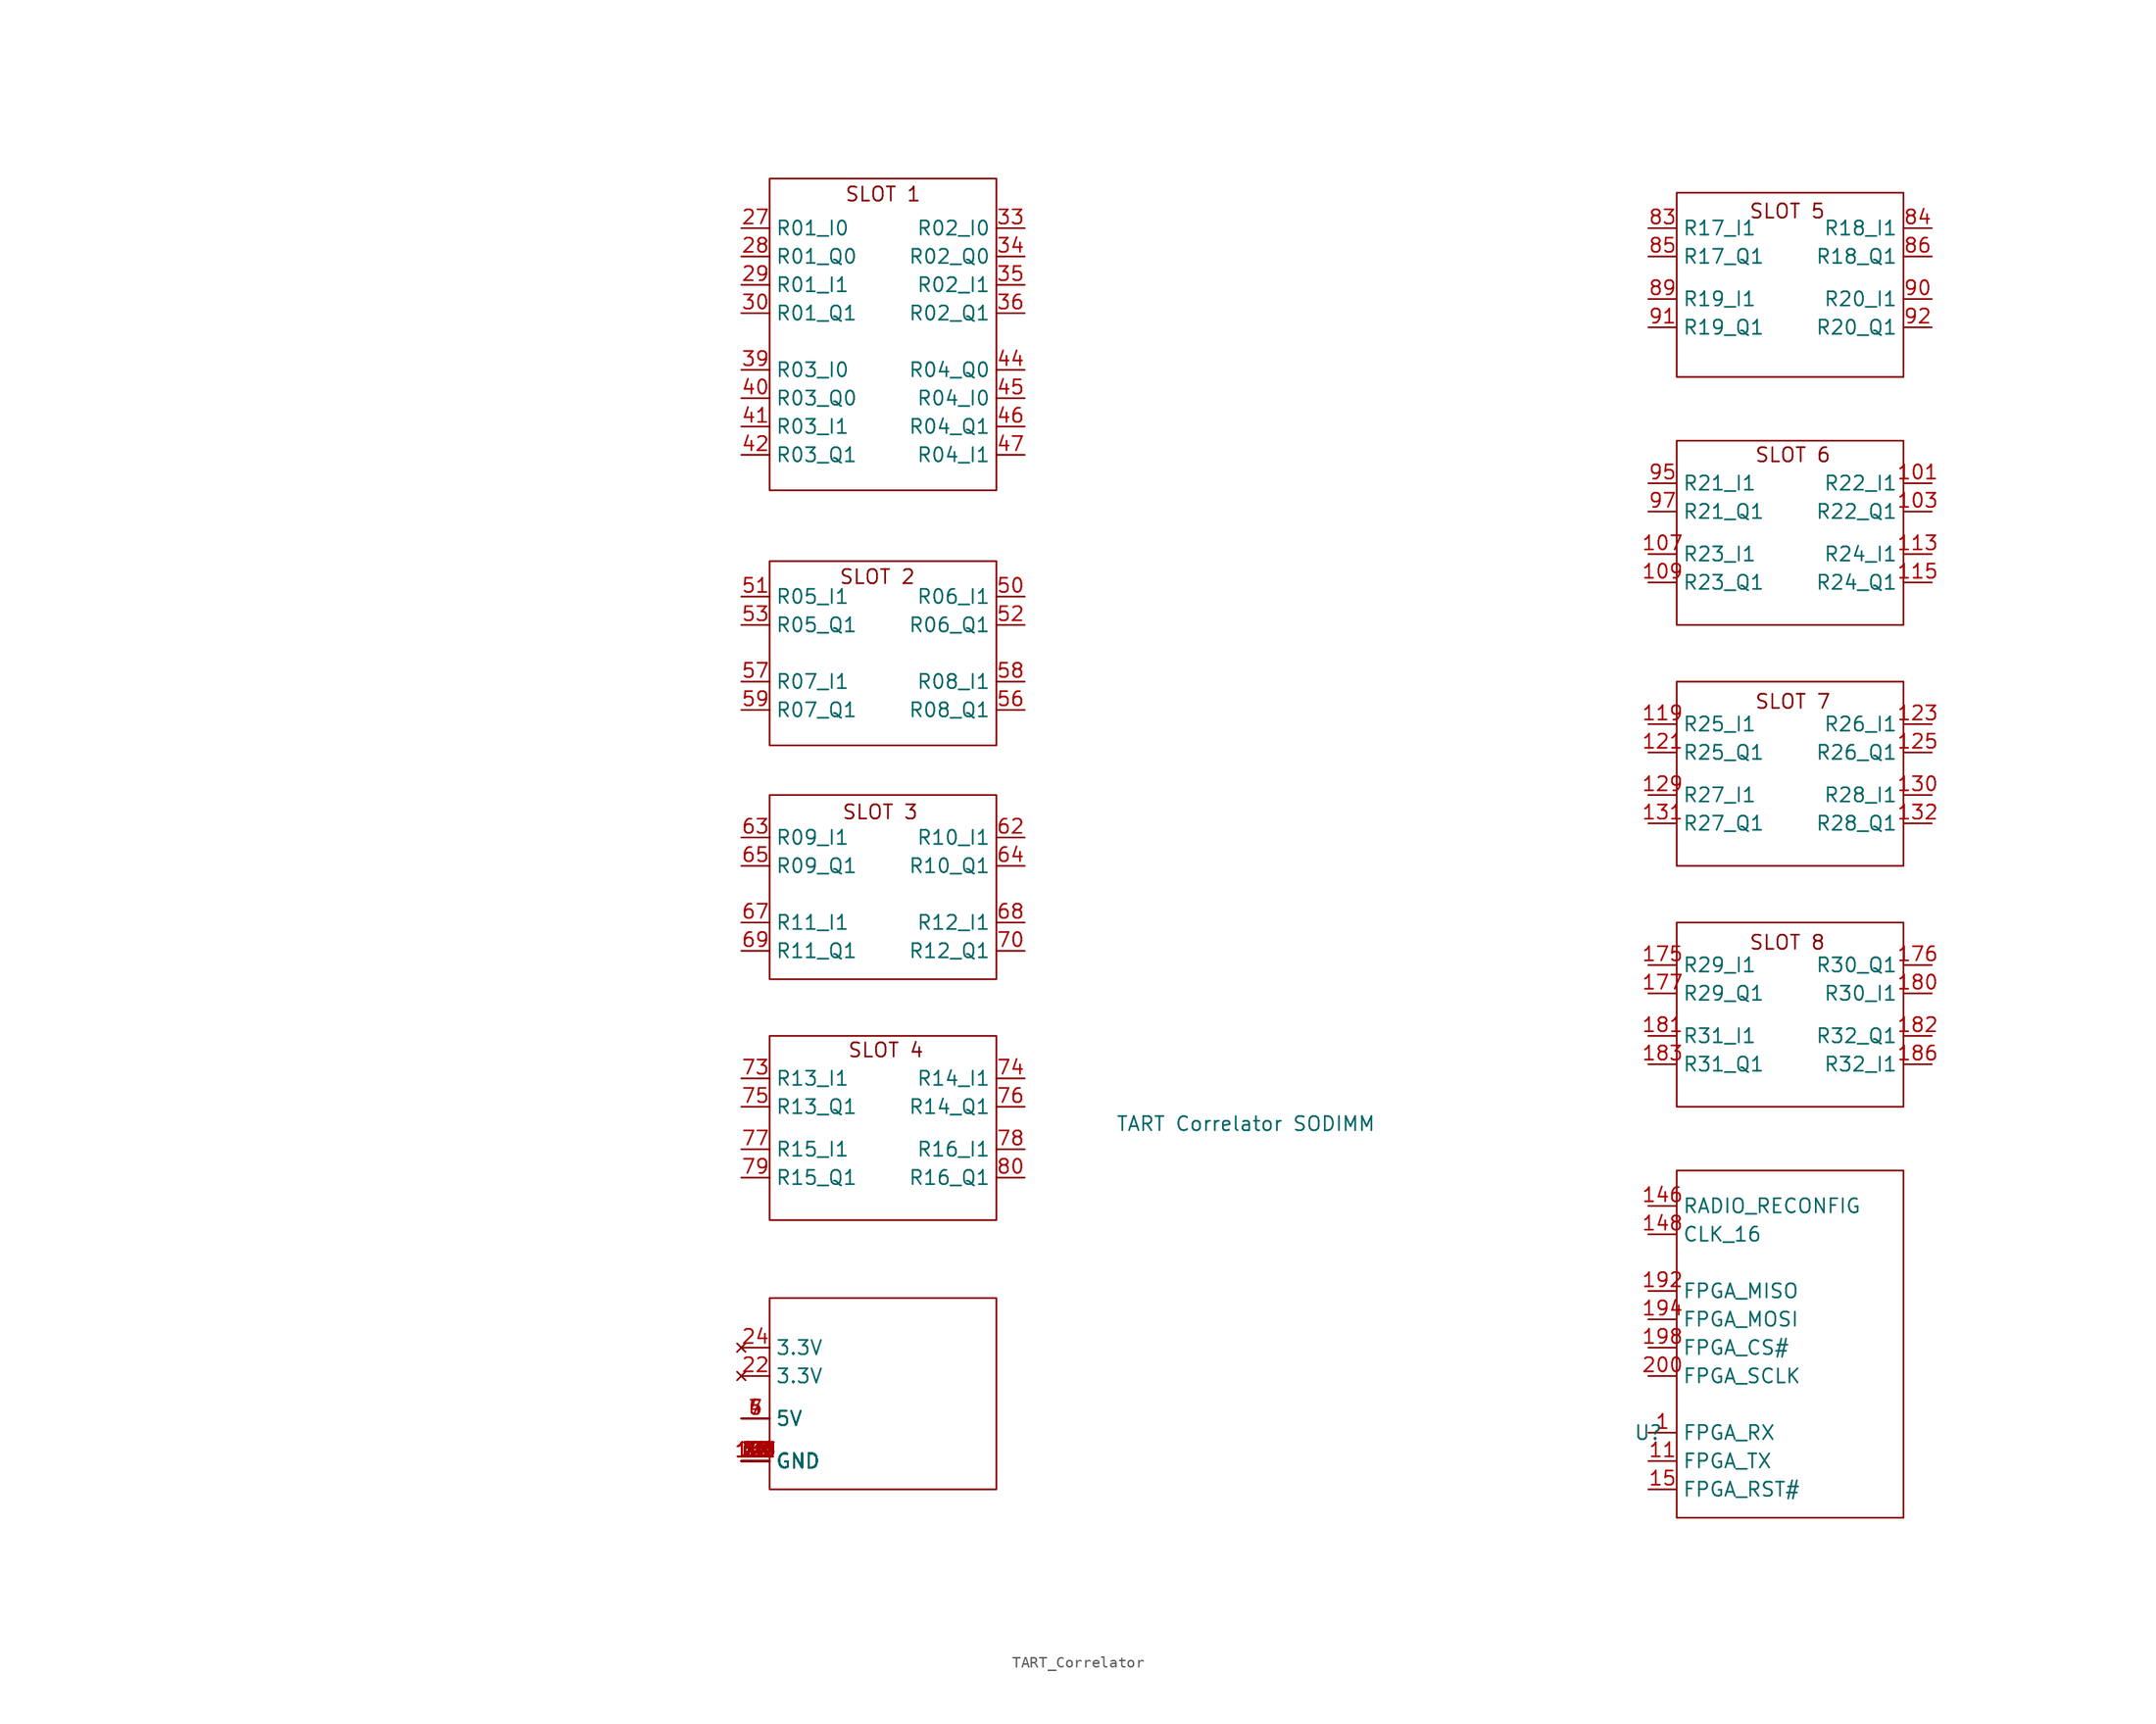
<source format=kicad_sym>
(kicad_symbol_lib
  (version 20231120)
  (generator "kicad_symbol_editor")
  (generator_version "8.0")
  (symbol "TART_Correlator"
    (property "Reference" "U"
      (at 33.02 -35.56 0)
      (effects (font (size 1.27 1.27))))
    (property "Value" "TART Correlator SODIMM"
      (at -3.048 -7.874 0)
      (effects (font (size 1.27 1.27))))
    (symbol "TART_Correlator_0_0"
      (pin unspecified line (at 33.02 -35.56 0) (length 2.54) (name "FPGA_RX" (effects (font (size 1.27 1.27)))) (number "1" (effects (font (size 1.27 1.27)))))
      (pin no_connect line (at -95.25 66.04 0) (length 2.54) hide (name "NC" (effects (font (size 1.27 1.27)))) (number "10" (effects (font (size 1.27 1.27)))))
      (pin no_connect line (at -95.25 25.4 0) (length 2.54) hide (name "NC" (effects (font (size 1.27 1.27)))) (number "100" (effects (font (size 1.27 1.27)))))
      (pin input line (at 58.42 49.53 180) (length 2.54) (name "R22_I1" (effects (font (size 1.27 1.27)))) (number "101" (effects (font (size 1.27 1.27)))))
      (pin no_connect line (at -95.25 22.86 0) (length 2.54) hide (name "NC" (effects (font (size 1.27 1.27)))) (number "102" (effects (font (size 1.27 1.27)))))
      (pin input line (at 58.42 46.99 180) (length 2.54) (name "R22_Q1" (effects (font (size 1.27 1.27)))) (number "103" (effects (font (size 1.27 1.27)))))
      (pin no_connect line (at -95.25 20.32 0) (length 2.54) hide (name "NC" (effects (font (size 1.27 1.27)))) (number "104" (effects (font (size 1.27 1.27)))))
      (pin no_connect line (at -95.25 17.78 0) (length 2.54) hide (name "NC" (effects (font (size 1.27 1.27)))) (number "105" (effects (font (size 1.27 1.27)))))
      (pin no_connect line (at -95.25 15.24 0) (length 2.54) hide (name "NC" (effects (font (size 1.27 1.27)))) (number "106" (effects (font (size 1.27 1.27)))))
      (pin input line (at 33.02 43.18 0) (length 2.54) (name "R23_I1" (effects (font (size 1.27 1.27)))) (number "107" (effects (font (size 1.27 1.27)))))
      (pin no_connect line (at -95.25 12.7 0) (length 2.54) hide (name "NC" (effects (font (size 1.27 1.27)))) (number "108" (effects (font (size 1.27 1.27)))))
      (pin input line (at 33.02 40.64 0) (length 2.54) (name "R23_Q1" (effects (font (size 1.27 1.27)))) (number "109" (effects (font (size 1.27 1.27)))))
      (pin unspecified line (at 33.02 -38.1 0) (length 2.54) (name "FPGA_TX" (effects (font (size 1.27 1.27)))) (number "11" (effects (font (size 1.27 1.27)))))
      (pin no_connect line (at -95.25 10.16 0) (length 2.54) hide (name "NC" (effects (font (size 1.27 1.27)))) (number "110" (effects (font (size 1.27 1.27)))))
      (pin no_connect line (at -95.25 7.62 0) (length 2.54) hide (name "NC" (effects (font (size 1.27 1.27)))) (number "111" (effects (font (size 1.27 1.27)))))
      (pin no_connect line (at -95.25 5.08 0) (length 2.54) hide (name "NC" (effects (font (size 1.27 1.27)))) (number "112" (effects (font (size 1.27 1.27)))))
      (pin input line (at 58.42 43.18 180) (length 2.54) (name "R24_I1" (effects (font (size 1.27 1.27)))) (number "113" (effects (font (size 1.27 1.27)))))
      (pin no_connect line (at -95.25 2.54 0) (length 2.54) hide (name "NC" (effects (font (size 1.27 1.27)))) (number "114" (effects (font (size 1.27 1.27)))))
      (pin input line (at 58.42 40.64 180) (length 2.54) (name "R24_Q1" (effects (font (size 1.27 1.27)))) (number "115" (effects (font (size 1.27 1.27)))))
      (pin no_connect line (at -95.25 0 0) (length 2.54) hide (name "NC" (effects (font (size 1.27 1.27)))) (number "116" (effects (font (size 1.27 1.27)))))
      (pin no_connect line (at -95.25 -2.54 0) (length 2.54) hide (name "NC" (effects (font (size 1.27 1.27)))) (number "117" (effects (font (size 1.27 1.27)))))
      (pin no_connect line (at -95.25 -5.08 0) (length 2.54) hide (name "NC" (effects (font (size 1.27 1.27)))) (number "118" (effects (font (size 1.27 1.27)))))
      (pin input line (at 33.02 27.94 0) (length 2.54) (name "R25_I1" (effects (font (size 1.27 1.27)))) (number "119" (effects (font (size 1.27 1.27)))))
      (pin no_connect line (at -95.25 63.5 0) (length 2.54) hide (name "NC" (effects (font (size 1.27 1.27)))) (number "12" (effects (font (size 1.27 1.27)))))
      (pin no_connect line (at -95.25 -7.62 0) (length 2.54) hide (name "NC" (effects (font (size 1.27 1.27)))) (number "120" (effects (font (size 1.27 1.27)))))
      (pin input line (at 33.02 25.4 0) (length 2.54) (name "R25_Q1" (effects (font (size 1.27 1.27)))) (number "121" (effects (font (size 1.27 1.27)))))
      (pin no_connect line (at -95.25 -10.16 0) (length 2.54) hide (name "NC" (effects (font (size 1.27 1.27)))) (number "122" (effects (font (size 1.27 1.27)))))
      (pin input line (at 58.42 27.94 180) (length 2.54) (name "R26_I1" (effects (font (size 1.27 1.27)))) (number "123" (effects (font (size 1.27 1.27)))))
      (pin no_connect line (at -95.25 -15.24 0) (length 2.54) hide (name "NC" (effects (font (size 1.27 1.27)))) (number "124" (effects (font (size 1.27 1.27)))))
      (pin input line (at 58.42 25.4 180) (length 2.54) (name "R26_Q1" (effects (font (size 1.27 1.27)))) (number "125" (effects (font (size 1.27 1.27)))))
      (pin no_connect line (at -95.25 -12.7 0) (length 2.54) hide (name "NC" (effects (font (size 1.27 1.27)))) (number "126" (effects (font (size 1.27 1.27)))))
      (pin power_in line (at -48.26 -38.1 0) (length 2.54) (name "GND" (effects (font (size 1.27 1.27)))) (number "127" (effects (font (size 1.27 1.27)))))
      (pin power_in line (at -48.26 -38.1 0) (length 2.54) (name "GND" (effects (font (size 1.27 1.27)))) (number "128" (effects (font (size 1.27 1.27)))))
      (pin input line (at 33.02 21.59 0) (length 2.54) (name "R27_I1" (effects (font (size 1.27 1.27)))) (number "129" (effects (font (size 1.27 1.27)))))
      (pin power_in line (at -48.26 -38.1 0) (length 2.54) (name "GND" (effects (font (size 1.27 1.27)))) (number "13" (effects (font (size 1.27 1.27)))))
      (pin input line (at 58.42 21.59 180) (length 2.54) (name "R28_I1" (effects (font (size 1.27 1.27)))) (number "130" (effects (font (size 1.27 1.27)))))
      (pin input line (at 33.02 19.05 0) (length 2.54) (name "R27_Q1" (effects (font (size 1.27 1.27)))) (number "131" (effects (font (size 1.27 1.27)))))
      (pin input line (at 58.42 19.05 180) (length 2.54) (name "R28_Q1" (effects (font (size 1.27 1.27)))) (number "132" (effects (font (size 1.27 1.27)))))
      (pin power_in line (at -48.26 -38.1 0) (length 2.54) (name "GND" (effects (font (size 1.27 1.27)))) (number "133" (effects (font (size 1.27 1.27)))))
      (pin power_in line (at -48.26 -38.1 0) (length 2.54) (name "GND" (effects (font (size 1.27 1.27)))) (number "134" (effects (font (size 1.27 1.27)))))
      (pin no_connect line (at -73.66 63.5 0) (length 2.54) hide (name "NC" (effects (font (size 1.27 1.27)))) (number "136" (effects (font (size 1.27 1.27)))))
      (pin no_connect line (at -73.66 60.96 0) (length 2.54) hide (name "NC" (effects (font (size 1.27 1.27)))) (number "137" (effects (font (size 1.27 1.27)))))
      (pin power_in line (at -48.26 -38.1 0) (length 2.54) (name "GND" (effects (font (size 1.27 1.27)))) (number "138" (effects (font (size 1.27 1.27)))))
      (pin power_in line (at -48.26 -38.1 0) (length 2.54) (name "GND" (effects (font (size 1.27 1.27)))) (number "139" (effects (font (size 1.27 1.27)))))
      (pin power_in line (at -48.26 -38.1 0) (length 2.54) (name "GND" (effects (font (size 1.27 1.27)))) (number "14" (effects (font (size 1.27 1.27)))))
      (pin no_connect line (at -73.66 58.42 0) (length 2.54) hide (name "NC" (effects (font (size 1.27 1.27)))) (number "140" (effects (font (size 1.27 1.27)))))
      (pin no_connect line (at -73.66 55.88 0) (length 2.54) hide (name "NC" (effects (font (size 1.27 1.27)))) (number "141" (effects (font (size 1.27 1.27)))))
      (pin no_connect line (at -73.66 53.34 0) (length 2.54) hide (name "NC" (effects (font (size 1.27 1.27)))) (number "142" (effects (font (size 1.27 1.27)))))
      (pin no_connect line (at -73.66 50.8 0) (length 2.54) hide (name "NC" (effects (font (size 1.27 1.27)))) (number "143" (effects (font (size 1.27 1.27)))))
      (pin power_in line (at -48.26 -38.1 0) (length 2.54) (name "GND" (effects (font (size 1.27 1.27)))) (number "144" (effects (font (size 1.27 1.27)))))
      (pin power_in line (at -48.26 -38.1 0) (length 2.54) (name "GND" (effects (font (size 1.27 1.27)))) (number "145" (effects (font (size 1.27 1.27)))))
      (pin unspecified line (at 33.02 -15.24 0) (length 2.54) (name "RADIO_RECONFIG" (effects (font (size 1.27 1.27)))) (number "146" (effects (font (size 1.27 1.27)))))
      (pin no_connect line (at -73.66 48.26 0) (length 2.54) hide (name "NC" (effects (font (size 1.27 1.27)))) (number "147" (effects (font (size 1.27 1.27)))))
      (pin unspecified line (at 33.02 -17.78 0) (length 2.54) (name "CLK_16" (effects (font (size 1.27 1.27)))) (number "148" (effects (font (size 1.27 1.27)))))
      (pin no_connect line (at -73.66 45.72 0) (length 2.54) hide (name "NC" (effects (font (size 1.27 1.27)))) (number "149" (effects (font (size 1.27 1.27)))))
      (pin unspecified line (at 33.02 -40.64 0) (length 2.54) (name "FPGA_RST#" (effects (font (size 1.27 1.27)))) (number "15" (effects (font (size 1.27 1.27)))))
      (pin power_in line (at -48.26 -38.1 0) (length 2.54) (name "GND" (effects (font (size 1.27 1.27)))) (number "150" (effects (font (size 1.27 1.27)))))
      (pin power_in line (at -48.26 -38.1 0) (length 2.54) (name "GND" (effects (font (size 1.27 1.27)))) (number "151" (effects (font (size 1.27 1.27)))))
      (pin no_connect line (at -73.66 43.18 0) (length 2.54) hide (name "NC" (effects (font (size 1.27 1.27)))) (number "152" (effects (font (size 1.27 1.27)))))
      (pin no_connect line (at -73.66 40.64 0) (length 2.54) hide (name "NC" (effects (font (size 1.27 1.27)))) (number "153" (effects (font (size 1.27 1.27)))))
      (pin no_connect line (at -73.66 38.1 0) (length 2.54) hide (name "NC" (effects (font (size 1.27 1.27)))) (number "154" (effects (font (size 1.27 1.27)))))
      (pin power_in line (at -48.26 -38.1 0) (length 2.54) (name "GND" (effects (font (size 1.27 1.27)))) (number "155" (effects (font (size 1.27 1.27)))))
      (pin power_in line (at -48.26 -38.1 0) (length 2.54) (name "GND" (effects (font (size 1.27 1.27)))) (number "156" (effects (font (size 1.27 1.27)))))
      (pin no_connect line (at -73.66 35.56 0) (length 2.54) hide (name "NC" (effects (font (size 1.27 1.27)))) (number "157" (effects (font (size 1.27 1.27)))))
      (pin no_connect line (at -73.66 33.02 0) (length 2.54) hide (name "NC" (effects (font (size 1.27 1.27)))) (number "158" (effects (font (size 1.27 1.27)))))
      (pin no_connect line (at -73.66 30.48 0) (length 2.54) hide (name "NC" (effects (font (size 1.27 1.27)))) (number "159" (effects (font (size 1.27 1.27)))))
      (pin no_connect line (at -95.25 60.96 0) (length 2.54) hide (name "NC" (effects (font (size 1.27 1.27)))) (number "16" (effects (font (size 1.27 1.27)))))
      (pin no_connect line (at -73.66 27.94 0) (length 2.54) hide (name "NC" (effects (font (size 1.27 1.27)))) (number "160" (effects (font (size 1.27 1.27)))))
      (pin power_in line (at -48.26 -38.1 0) (length 2.54) (name "GND" (effects (font (size 1.27 1.27)))) (number "161" (effects (font (size 1.27 1.27)))))
      (pin power_in line (at -48.26 -38.1 0) (length 2.54) (name "GND" (effects (font (size 1.27 1.27)))) (number "162" (effects (font (size 1.27 1.27)))))
      (pin no_connect line (at -73.66 25.4 0) (length 2.54) hide (name "NC" (effects (font (size 1.27 1.27)))) (number "163" (effects (font (size 1.27 1.27)))))
      (pin no_connect line (at -73.66 22.86 0) (length 2.54) hide (name "NC" (effects (font (size 1.27 1.27)))) (number "164" (effects (font (size 1.27 1.27)))))
      (pin no_connect line (at -73.66 20.32 0) (length 2.54) hide (name "NC" (effects (font (size 1.27 1.27)))) (number "165" (effects (font (size 1.27 1.27)))))
      (pin no_connect line (at -73.66 17.78 0) (length 2.54) hide (name "NC" (effects (font (size 1.27 1.27)))) (number "166" (effects (font (size 1.27 1.27)))))
      (pin power_in line (at -48.26 -38.1 0) (length 2.54) (name "GND" (effects (font (size 1.27 1.27)))) (number "167" (effects (font (size 1.27 1.27)))))
      (pin power_in line (at -48.26 -38.1 0) (length 2.54) (name "GND" (effects (font (size 1.27 1.27)))) (number "168" (effects (font (size 1.27 1.27)))))
      (pin no_connect line (at -73.66 15.24 0) (length 2.54) hide (name "NC" (effects (font (size 1.27 1.27)))) (number "169" (effects (font (size 1.27 1.27)))))
      (pin no_connect line (at -95.25 58.42 0) (length 2.54) hide (name "NC" (effects (font (size 1.27 1.27)))) (number "17" (effects (font (size 1.27 1.27)))))
      (pin no_connect line (at -73.66 12.7 0) (length 2.54) hide (name "NC" (effects (font (size 1.27 1.27)))) (number "170" (effects (font (size 1.27 1.27)))))
      (pin no_connect line (at -73.66 10.16 0) (length 2.54) hide (name "NC" (effects (font (size 1.27 1.27)))) (number "171" (effects (font (size 1.27 1.27)))))
      (pin power_in line (at -48.26 -38.1 0) (length 2.54) (name "GND" (effects (font (size 1.27 1.27)))) (number "172" (effects (font (size 1.27 1.27)))))
      (pin power_in line (at -48.26 -38.1 0) (length 2.54) (name "GND" (effects (font (size 1.27 1.27)))) (number "173" (effects (font (size 1.27 1.27)))))
      (pin no_connect line (at -73.66 7.62 0) (length 2.54) hide (name "NC" (effects (font (size 1.27 1.27)))) (number "174" (effects (font (size 1.27 1.27)))))
      (pin input line (at 33.02 6.35 0) (length 2.54) (name "R29_I1" (effects (font (size 1.27 1.27)))) (number "175" (effects (font (size 1.27 1.27)))))
      (pin input line (at 58.42 6.35 180) (length 2.54) (name "R30_Q1" (effects (font (size 1.27 1.27)))) (number "176" (effects (font (size 1.27 1.27)))))
      (pin input line (at 33.02 3.81 0) (length 2.54) (name "R29_Q1" (effects (font (size 1.27 1.27)))) (number "177" (effects (font (size 1.27 1.27)))))
      (pin power_in line (at -48.26 -38.1 0) (length 2.54) (name "GND" (effects (font (size 1.27 1.27)))) (number "178" (effects (font (size 1.27 1.27)))))
      (pin power_in line (at -48.26 -38.1 0) (length 2.54) (name "GND" (effects (font (size 1.27 1.27)))) (number "179" (effects (font (size 1.27 1.27)))))
      (pin no_connect line (at -95.25 55.88 0) (length 2.54) hide (name "NC" (effects (font (size 1.27 1.27)))) (number "18" (effects (font (size 1.27 1.27)))))
      (pin input line (at 58.42 3.81 180) (length 2.54) (name "R30_I1" (effects (font (size 1.27 1.27)))) (number "180" (effects (font (size 1.27 1.27)))))
      (pin input line (at 33.02 0 0) (length 2.54) (name "R31_I1" (effects (font (size 1.27 1.27)))) (number "181" (effects (font (size 1.27 1.27)))))
      (pin input line (at 58.42 0 180) (length 2.54) (name "R32_Q1" (effects (font (size 1.27 1.27)))) (number "182" (effects (font (size 1.27 1.27)))))
      (pin input line (at 33.02 -2.54 0) (length 2.54) (name "R31_Q1" (effects (font (size 1.27 1.27)))) (number "183" (effects (font (size 1.27 1.27)))))
      (pin power_in line (at -48.26 -38.1 0) (length 2.54) (name "GND" (effects (font (size 1.27 1.27)))) (number "184" (effects (font (size 1.27 1.27)))))
      (pin power_in line (at -48.26 -38.1 0) (length 2.54) (name "GND" (effects (font (size 1.27 1.27)))) (number "185" (effects (font (size 1.27 1.27)))))
      (pin input line (at 58.42 -2.54 180) (length 2.54) (name "R32_I1" (effects (font (size 1.27 1.27)))) (number "186" (effects (font (size 1.27 1.27)))))
      (pin no_connect line (at -73.66 5.08 0) (length 2.54) hide (name "NC" (effects (font (size 1.27 1.27)))) (number "187" (effects (font (size 1.27 1.27)))))
      (pin no_connect line (at -73.66 2.54 0) (length 2.54) hide (name "NC" (effects (font (size 1.27 1.27)))) (number "188" (effects (font (size 1.27 1.27)))))
      (pin power_in line (at -48.26 -38.1 0) (length 2.54) (name "GND" (effects (font (size 1.27 1.27)))) (number "189" (effects (font (size 1.27 1.27)))))
      (pin power_in line (at -48.26 -38.1 0) (length 2.54) (name "GND" (effects (font (size 1.27 1.27)))) (number "19" (effects (font (size 1.27 1.27)))))
      (pin power_in line (at -48.26 -38.1 0) (length 2.54) (name "GND" (effects (font (size 1.27 1.27)))) (number "190" (effects (font (size 1.27 1.27)))))
      (pin no_connect line (at -73.66 0 0) (length 2.54) hide (name "NC" (effects (font (size 1.27 1.27)))) (number "191" (effects (font (size 1.27 1.27)))))
      (pin unspecified line (at 33.02 -22.86 0) (length 2.54) (name "FPGA_MISO" (effects (font (size 1.27 1.27)))) (number "192" (effects (font (size 1.27 1.27)))))
      (pin no_connect line (at -73.66 -2.54 0) (length 2.54) hide (name "NC" (effects (font (size 1.27 1.27)))) (number "193" (effects (font (size 1.27 1.27)))))
      (pin unspecified line (at 33.02 -25.4 0) (length 2.54) (name "FPGA_MOSI" (effects (font (size 1.27 1.27)))) (number "194" (effects (font (size 1.27 1.27)))))
      (pin power_in line (at -48.26 -38.1 0) (length 2.54) (name "GND" (effects (font (size 1.27 1.27)))) (number "195" (effects (font (size 1.27 1.27)))))
      (pin power_in line (at -48.26 -38.1 0) (length 2.54) (name "GND" (effects (font (size 1.27 1.27)))) (number "196" (effects (font (size 1.27 1.27)))))
      (pin no_connect line (at -73.66 -5.08 0) (length 2.54) hide (name "NC" (effects (font (size 1.27 1.27)))) (number "197" (effects (font (size 1.27 1.27)))))
      (pin unspecified line (at 33.02 -27.94 0) (length 2.54) (name "FPGA_CS#" (effects (font (size 1.27 1.27)))) (number "198" (effects (font (size 1.27 1.27)))))
      (pin no_connect line (at -73.66 -7.62 0) (length 2.54) hide (name "NC" (effects (font (size 1.27 1.27)))) (number "199" (effects (font (size 1.27 1.27)))))
      (pin power_in line (at -48.26 -38.1 0) (length 2.54) (name "GND" (effects (font (size 1.27 1.27)))) (number "2" (effects (font (size 1.27 1.27)))))
      (pin power_in line (at -48.26 -38.1 0) (length 2.54) (name "GND" (effects (font (size 1.27 1.27)))) (number "20" (effects (font (size 1.27 1.27)))))
      (pin unspecified line (at 33.02 -30.48 0) (length 2.54) (name "FPGA_SCLK" (effects (font (size 1.27 1.27)))) (number "200" (effects (font (size 1.27 1.27)))))
      (pin no_connect line (at -73.66 -10.16 0) (length 2.54) hide (name "NC" (effects (font (size 1.27 1.27)))) (number "201" (effects (font (size 1.27 1.27)))))
      (pin no_connect line (at -73.66 -12.7 0) (length 2.54) hide (name "NC" (effects (font (size 1.27 1.27)))) (number "202" (effects (font (size 1.27 1.27)))))
      (pin no_connect line (at -73.66 -15.24 0) (length 2.54) hide (name "NC" (effects (font (size 1.27 1.27)))) (number "203" (effects (font (size 1.27 1.27)))))
      (pin no_connect line (at -73.66 -17.78 0) (length 2.54) hide (name "NC" (effects (font (size 1.27 1.27)))) (number "204" (effects (font (size 1.27 1.27)))))
      (pin no_connect line (at -95.25 53.34 0) (length 2.54) hide (name "NC" (effects (font (size 1.27 1.27)))) (number "21" (effects (font (size 1.27 1.27)))))
      (pin no_connect line (at -95.25 50.8 0) (length 2.54) hide (name "NC" (effects (font (size 1.27 1.27)))) (number "23" (effects (font (size 1.27 1.27)))))
      (pin power_in line (at -48.26 -38.1 0) (length 2.54) (name "GND" (effects (font (size 1.27 1.27)))) (number "25" (effects (font (size 1.27 1.27)))))
      (pin power_in line (at -48.26 -38.1 0) (length 2.54) (name "GND" (effects (font (size 1.27 1.27)))) (number "26" (effects (font (size 1.27 1.27)))))
      (pin input line (at -48.26 72.39 0) (length 2.54) (name "R01_I0" (effects (font (size 1.27 1.27)))) (number "27" (effects (font (size 1.27 1.27)))))
      (pin input line (at -48.26 69.85 0) (length 2.54) (name "R01_Q0" (effects (font (size 1.27 1.27)))) (number "28" (effects (font (size 1.27 1.27)))))
      (pin input line (at -48.26 67.31 0) (length 2.54) (name "R01_I1" (effects (font (size 1.27 1.27)))) (number "29" (effects (font (size 1.27 1.27)))))
      (pin power_in line (at -48.26 -38.1 0) (length 2.54) (name "GND" (effects (font (size 1.27 1.27)))) (number "3" (effects (font (size 1.27 1.27)))))
      (pin input line (at -48.26 64.77 0) (length 2.54) (name "R01_Q1" (effects (font (size 1.27 1.27)))) (number "30" (effects (font (size 1.27 1.27)))))
      (pin power_in line (at -48.26 -38.1 0) (length 2.54) (name "GND" (effects (font (size 1.27 1.27)))) (number "31" (effects (font (size 1.27 1.27)))))
      (pin power_in line (at -48.26 -38.1 0) (length 2.54) (name "GND" (effects (font (size 1.27 1.27)))) (number "32" (effects (font (size 1.27 1.27)))))
      (pin input line (at -22.86 72.39 180) (length 2.54) (name "R02_I0" (effects (font (size 1.27 1.27)))) (number "33" (effects (font (size 1.27 1.27)))))
      (pin input line (at -22.86 69.85 180) (length 2.54) (name "R02_Q0" (effects (font (size 1.27 1.27)))) (number "34" (effects (font (size 1.27 1.27)))))
      (pin input line (at -22.86 67.31 180) (length 2.54) (name "R02_I1" (effects (font (size 1.27 1.27)))) (number "35" (effects (font (size 1.27 1.27)))))
      (pin input line (at -22.86 64.77 180) (length 2.54) (name "R02_Q1" (effects (font (size 1.27 1.27)))) (number "36" (effects (font (size 1.27 1.27)))))
      (pin power_in line (at -48.26 -38.1 0) (length 2.54) (name "GND" (effects (font (size 1.27 1.27)))) (number "37" (effects (font (size 1.27 1.27)))))
      (pin power_in line (at -48.26 -38.1 0) (length 2.54) (name "GND" (effects (font (size 1.27 1.27)))) (number "38" (effects (font (size 1.27 1.27)))))
      (pin input line (at -48.26 59.69 0) (length 2.54) (name "R03_I0" (effects (font (size 1.27 1.27)))) (number "39" (effects (font (size 1.27 1.27)))))
      (pin power_in line (at -48.26 -34.29 0) (length 2.54) (name "5V" (effects (font (size 1.27 1.27)))) (number "4" (effects (font (size 1.27 1.27)))))
      (pin input line (at -48.26 57.15 0) (length 2.54) (name "R03_Q0" (effects (font (size 1.27 1.27)))) (number "40" (effects (font (size 1.27 1.27)))))
      (pin input line (at -48.26 54.61 0) (length 2.54) (name "R03_I1" (effects (font (size 1.27 1.27)))) (number "41" (effects (font (size 1.27 1.27)))))
      (pin input line (at -48.26 52.07 0) (length 2.54) (name "R03_Q1" (effects (font (size 1.27 1.27)))) (number "42" (effects (font (size 1.27 1.27)))))
      (pin power_in line (at -48.26 -38.1 0) (length 2.54) (name "GND" (effects (font (size 1.27 1.27)))) (number "43" (effects (font (size 1.27 1.27)))))
      (pin input line (at -22.86 59.69 180) (length 2.54) (name "R04_Q0" (effects (font (size 1.27 1.27)))) (number "44" (effects (font (size 1.27 1.27)))))
      (pin input line (at -22.86 57.15 180) (length 2.54) (name "R04_I0" (effects (font (size 1.27 1.27)))) (number "45" (effects (font (size 1.27 1.27)))))
      (pin input line (at -22.86 54.61 180) (length 2.54) (name "R04_Q1" (effects (font (size 1.27 1.27)))) (number "46" (effects (font (size 1.27 1.27)))))
      (pin input line (at -22.86 52.07 180) (length 2.54) (name "R04_I1" (effects (font (size 1.27 1.27)))) (number "47" (effects (font (size 1.27 1.27)))))
      (pin power_in line (at -48.26 -38.1 0) (length 2.54) (name "GND" (effects (font (size 1.27 1.27)))) (number "48" (effects (font (size 1.27 1.27)))))
      (pin power_in line (at -48.26 -38.1 0) (length 2.54) (name "GND" (effects (font (size 1.27 1.27)))) (number "49" (effects (font (size 1.27 1.27)))))
      (pin power_in line (at -48.26 -34.29 0) (length 2.54) (name "5V" (effects (font (size 1.27 1.27)))) (number "5" (effects (font (size 1.27 1.27)))))
      (pin input line (at -22.86 39.37 180) (length 2.54) (name "R06_I1" (effects (font (size 1.27 1.27)))) (number "50" (effects (font (size 1.27 1.27)))))
      (pin input line (at -48.26 39.37 0) (length 2.54) (name "R05_I1" (effects (font (size 1.27 1.27)))) (number "51" (effects (font (size 1.27 1.27)))))
      (pin input line (at -22.86 36.83 180) (length 2.54) (name "R06_Q1" (effects (font (size 1.27 1.27)))) (number "52" (effects (font (size 1.27 1.27)))))
      (pin input line (at -48.26 36.83 0) (length 2.54) (name "R05_Q1" (effects (font (size 1.27 1.27)))) (number "53" (effects (font (size 1.27 1.27)))))
      (pin power_in line (at -48.26 -38.1 0) (length 2.54) (name "GND" (effects (font (size 1.27 1.27)))) (number "54" (effects (font (size 1.27 1.27)))))
      (pin power_in line (at -48.26 -38.1 0) (length 2.54) (name "GND" (effects (font (size 1.27 1.27)))) (number "55" (effects (font (size 1.27 1.27)))))
      (pin input line (at -22.86 29.21 180) (length 2.54) (name "R08_Q1" (effects (font (size 1.27 1.27)))) (number "56" (effects (font (size 1.27 1.27)))))
      (pin input line (at -48.26 31.75 0) (length 2.54) (name "R07_I1" (effects (font (size 1.27 1.27)))) (number "57" (effects (font (size 1.27 1.27)))))
      (pin input line (at -22.86 31.75 180) (length 2.54) (name "R08_I1" (effects (font (size 1.27 1.27)))) (number "58" (effects (font (size 1.27 1.27)))))
      (pin input line (at -48.26 29.21 0) (length 2.54) (name "R07_Q1" (effects (font (size 1.27 1.27)))) (number "59" (effects (font (size 1.27 1.27)))))
      (pin power_in line (at -48.26 -34.29 0) (length 2.54) (name "5V" (effects (font (size 1.27 1.27)))) (number "6" (effects (font (size 1.27 1.27)))))
      (pin power_in line (at -48.26 -38.1 0) (length 2.54) (name "GND" (effects (font (size 1.27 1.27)))) (number "60" (effects (font (size 1.27 1.27)))))
      (pin power_in line (at -48.26 -38.1 0) (length 2.54) (name "GND" (effects (font (size 1.27 1.27)))) (number "61" (effects (font (size 1.27 1.27)))))
      (pin input line (at -22.86 17.78 180) (length 2.54) (name "R10_I1" (effects (font (size 1.27 1.27)))) (number "62" (effects (font (size 1.27 1.27)))))
      (pin input line (at -48.26 17.78 0) (length 2.54) (name "R09_I1" (effects (font (size 1.27 1.27)))) (number "63" (effects (font (size 1.27 1.27)))))
      (pin input line (at -22.86 15.24 180) (length 2.54) (name "R10_Q1" (effects (font (size 1.27 1.27)))) (number "64" (effects (font (size 1.27 1.27)))))
      (pin input line (at -48.26 15.24 0) (length 2.54) (name "R09_Q1" (effects (font (size 1.27 1.27)))) (number "65" (effects (font (size 1.27 1.27)))))
      (pin power_in line (at -48.26 -38.1 0) (length 2.54) (name "GND" (effects (font (size 1.27 1.27)))) (number "66" (effects (font (size 1.27 1.27)))))
      (pin input line (at -48.26 10.16 0) (length 2.54) (name "R11_I1" (effects (font (size 1.27 1.27)))) (number "67" (effects (font (size 1.27 1.27)))))
      (pin input line (at -22.86 10.16 180) (length 2.54) (name "R12_I1" (effects (font (size 1.27 1.27)))) (number "68" (effects (font (size 1.27 1.27)))))
      (pin input line (at -48.26 7.62 0) (length 2.54) (name "R11_Q1" (effects (font (size 1.27 1.27)))) (number "69" (effects (font (size 1.27 1.27)))))
      (pin power_in line (at -48.26 -34.29 0) (length 2.54) (name "5V" (effects (font (size 1.27 1.27)))) (number "7" (effects (font (size 1.27 1.27)))))
      (pin input line (at -22.86 7.62 180) (length 2.54) (name "R12_Q1" (effects (font (size 1.27 1.27)))) (number "70" (effects (font (size 1.27 1.27)))))
      (pin power_in line (at -48.26 -38.1 0) (length 2.54) (name "GND" (effects (font (size 1.27 1.27)))) (number "71" (effects (font (size 1.27 1.27)))))
      (pin power_in line (at -48.26 -38.1 0) (length 2.54) (name "GND" (effects (font (size 1.27 1.27)))) (number "72" (effects (font (size 1.27 1.27)))))
      (pin input line (at -48.26 -3.81 0) (length 2.54) (name "R13_I1" (effects (font (size 1.27 1.27)))) (number "73" (effects (font (size 1.27 1.27)))))
      (pin input line (at -22.86 -3.81 180) (length 2.54) (name "R14_I1" (effects (font (size 1.27 1.27)))) (number "74" (effects (font (size 1.27 1.27)))))
      (pin input line (at -48.26 -6.35 0) (length 2.54) (name "R13_Q1" (effects (font (size 1.27 1.27)))) (number "75" (effects (font (size 1.27 1.27)))))
      (pin input line (at -22.86 -6.35 180) (length 2.54) (name "R14_Q1" (effects (font (size 1.27 1.27)))) (number "76" (effects (font (size 1.27 1.27)))))
      (pin input line (at -48.26 -10.16 0) (length 2.54) (name "R15_I1" (effects (font (size 1.27 1.27)))) (number "77" (effects (font (size 1.27 1.27)))))
      (pin input line (at -22.86 -10.16 180) (length 2.54) (name "R16_I1" (effects (font (size 1.27 1.27)))) (number "78" (effects (font (size 1.27 1.27)))))
      (pin input line (at -48.26 -12.7 0) (length 2.54) (name "R15_Q1" (effects (font (size 1.27 1.27)))) (number "79" (effects (font (size 1.27 1.27)))))
      (pin power_in line (at -48.26 -38.1 0) (length 2.54) (name "GND" (effects (font (size 1.27 1.27)))) (number "8" (effects (font (size 1.27 1.27)))))
      (pin input line (at -22.86 -12.7 180) (length 2.54) (name "R16_Q1" (effects (font (size 1.27 1.27)))) (number "80" (effects (font (size 1.27 1.27)))))
      (pin no_connect line (at -95.25 48.26 0) (length 2.54) hide (name "NC" (effects (font (size 1.27 1.27)))) (number "81" (effects (font (size 1.27 1.27)))))
      (pin no_connect line (at -95.25 45.72 0) (length 2.54) hide (name "NC" (effects (font (size 1.27 1.27)))) (number "82" (effects (font (size 1.27 1.27)))))
      (pin input line (at 33.02 72.39 0) (length 2.54) (name "R17_I1" (effects (font (size 1.27 1.27)))) (number "83" (effects (font (size 1.27 1.27)))))
      (pin input line (at 58.42 72.39 180) (length 2.54) (name "R18_I1" (effects (font (size 1.27 1.27)))) (number "84" (effects (font (size 1.27 1.27)))))
      (pin input line (at 33.02 69.85 0) (length 2.54) (name "R17_Q1" (effects (font (size 1.27 1.27)))) (number "85" (effects (font (size 1.27 1.27)))))
      (pin input line (at 58.42 69.85 180) (length 2.54) (name "R18_Q1" (effects (font (size 1.27 1.27)))) (number "86" (effects (font (size 1.27 1.27)))))
      (pin no_connect line (at -95.25 43.18 0) (length 2.54) hide (name "NC" (effects (font (size 1.27 1.27)))) (number "87" (effects (font (size 1.27 1.27)))))
      (pin no_connect line (at -95.25 40.64 0) (length 2.54) hide (name "NC" (effects (font (size 1.27 1.27)))) (number "88" (effects (font (size 1.27 1.27)))))
      (pin input line (at 33.02 66.04 0) (length 2.54) (name "R19_I1" (effects (font (size 1.27 1.27)))) (number "89" (effects (font (size 1.27 1.27)))))
      (pin power_in line (at -48.26 -38.1 0) (length 2.54) (name "GND" (effects (font (size 1.27 1.27)))) (number "9" (effects (font (size 1.27 1.27)))))
      (pin input line (at 58.42 66.04 180) (length 2.54) (name "R20_I1" (effects (font (size 1.27 1.27)))) (number "90" (effects (font (size 1.27 1.27)))))
      (pin input line (at 33.02 63.5 0) (length 2.54) (name "R19_Q1" (effects (font (size 1.27 1.27)))) (number "91" (effects (font (size 1.27 1.27)))))
      (pin input line (at 58.42 63.5 180) (length 2.54) (name "R20_Q1" (effects (font (size 1.27 1.27)))) (number "92" (effects (font (size 1.27 1.27)))))
      (pin no_connect line (at -95.25 38.1 0) (length 2.54) hide (name "NC" (effects (font (size 1.27 1.27)))) (number "93" (effects (font (size 1.27 1.27)))))
      (pin no_connect line (at -95.25 35.56 0) (length 2.54) hide (name "NC" (effects (font (size 1.27 1.27)))) (number "94" (effects (font (size 1.27 1.27)))))
      (pin input line (at 33.02 49.53 0) (length 2.54) (name "R21_I1" (effects (font (size 1.27 1.27)))) (number "95" (effects (font (size 1.27 1.27)))))
      (pin no_connect line (at -95.25 33.02 0) (length 2.54) hide (name "NC" (effects (font (size 1.27 1.27)))) (number "96" (effects (font (size 1.27 1.27)))))
      (pin input line (at 33.02 46.99 0) (length 2.54) (name "R21_Q1" (effects (font (size 1.27 1.27)))) (number "97" (effects (font (size 1.27 1.27)))))
      (pin no_connect line (at -95.25 30.48 0) (length 2.54) hide (name "NC" (effects (font (size 1.27 1.27)))) (number "98" (effects (font (size 1.27 1.27)))))
      (pin no_connect line (at -95.25 27.94 0) (length 2.54) hide (name "NC" (effects (font (size 1.27 1.27)))) (number "99" (effects (font (size 1.27 1.27))))))
    (symbol "TART_Correlator_0_1"
      (rectangle (start -45.72 -23.495) (end -25.4 -40.64) (stroke (width 0) (type default)) (fill (type none)))
      (rectangle (start -45.72 0) (end -25.4 -16.51) (stroke (width 0) (type default)) (fill (type none)))
      (rectangle (start -45.72 21.59) (end -25.4 5.08) (stroke (width 0) (type default)) (fill (type none)))
      (rectangle (start -45.72 42.545) (end -25.4 26.035) (stroke (width 0) (type default)) (fill (type none)))
      (rectangle (start -45.72 76.835) (end -25.4 48.895) (stroke (width 0) (type default)) (fill (type none)))
      (rectangle (start 35.56 -12.065) (end 55.88 -43.18) (stroke (width 0) (type default)) (fill (type none)))
      (rectangle (start 35.56 10.16) (end 55.88 -6.35) (stroke (width 0) (type default)) (fill (type none)))
      (rectangle (start 35.56 31.75) (end 55.88 15.24) (stroke (width 0) (type default)) (fill (type none)))
      (rectangle (start 35.56 53.34) (end 55.88 36.83) (stroke (width 0) (type default)) (fill (type none)))
      (rectangle (start 35.56 75.565) (end 55.88 59.055) (stroke (width 0) (type default)) (fill (type none))))
    (symbol "TART_Correlator_1_0"
      (pin no_connect line (at -73.66 66.04 0) (length 2.54) hide (name "NC" (effects (font (size 1.27 1.27)))) (number "135" (effects (font (size 1.27 1.27)))))
      (pin no_connect line (at -48.26 -30.48 0) (length 2.54) (name "3.3V" (effects (font (size 1.27 1.27)))) (number "22" (effects (font (size 1.27 1.27)))))
      (pin no_connect line (at -48.26 -27.94 0) (length 2.54) (name "3.3V" (effects (font (size 1.27 1.27)))) (number "24" (effects (font (size 1.27 1.27))))))
    (symbol "TART_Correlator_1_1"
      (text "SLOT 1" (at -35.56 75.438 0) (effects (font (size 1.27 1.27))))
      (text "SLOT 2" (at -36.068 41.148 0) (effects (font (size 1.27 1.27))))
      (text "SLOT 3" (at -35.814 20.066 0) (effects (font (size 1.27 1.27))))
      (text "SLOT 4" (at -35.306 -1.27 0) (effects (font (size 1.27 1.27))))
      (text "SLOT 5" (at 45.466 73.914 0) (effects (font (size 1.27 1.27))))
      (text "SLOT 6" (at 45.974 52.07 0) (effects (font (size 1.27 1.27))))
      (text "SLOT 7" (at 45.974 29.972 0) (effects (font (size 1.27 1.27))))
      (text "SLOT 8" (at 45.466 8.382 0) (effects (font (size 1.27 1.27)))))))
</source>
